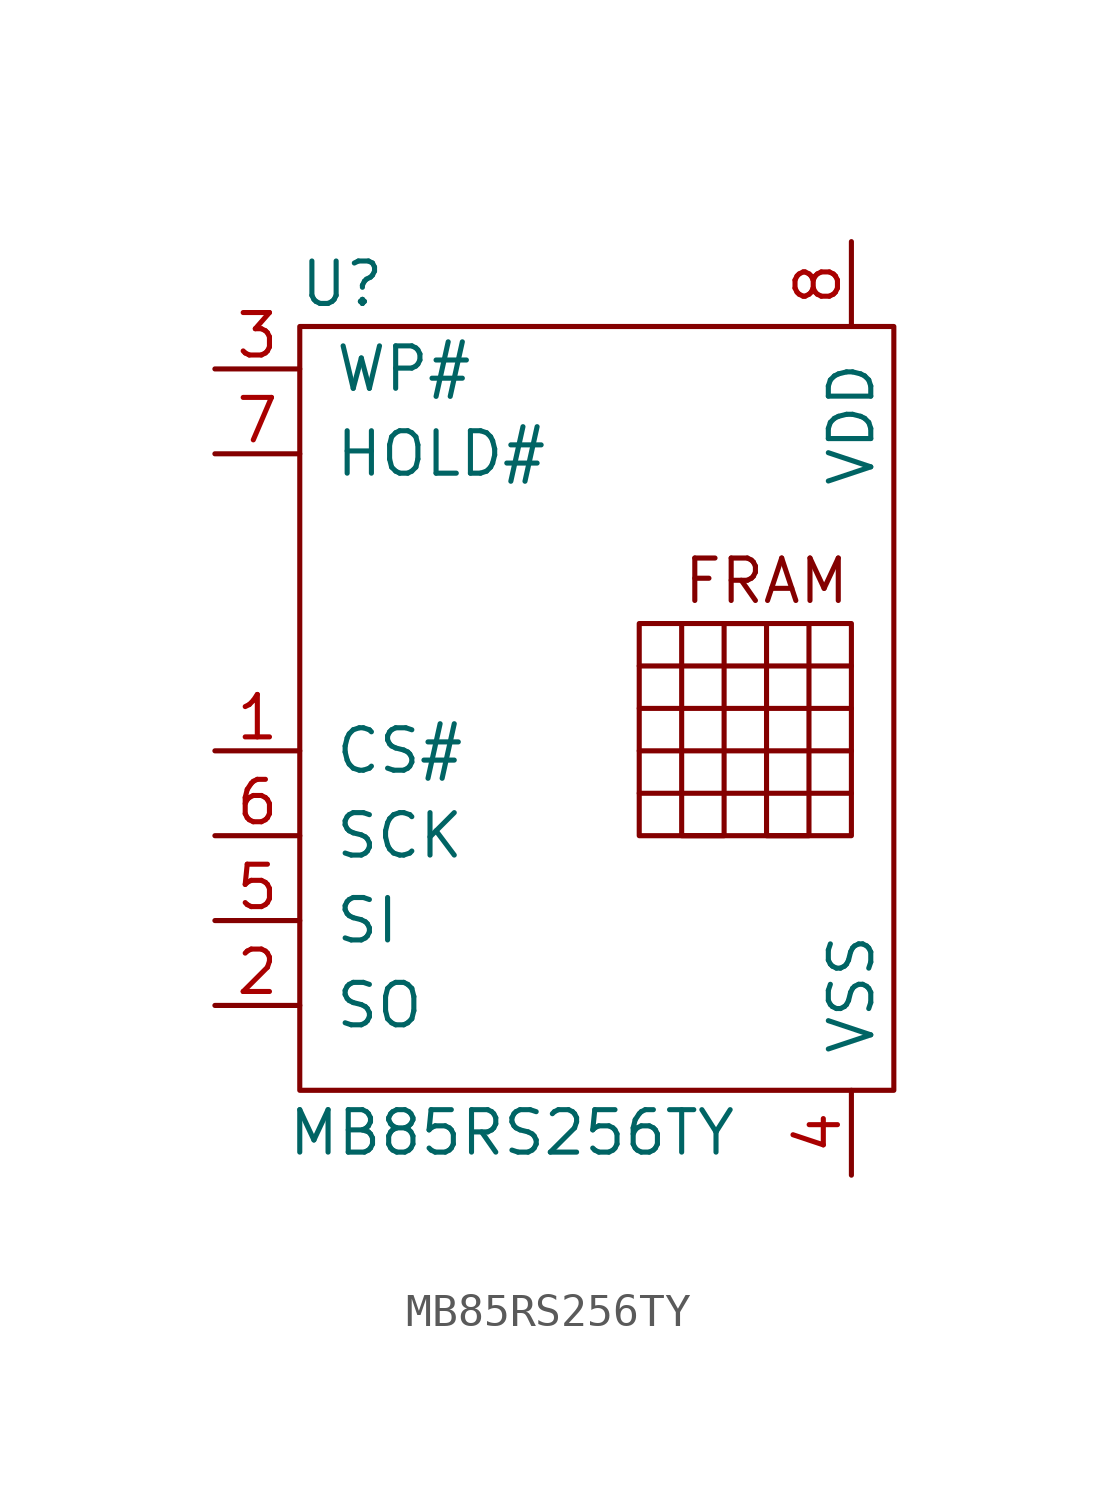
<source format=kicad_sym>
(kicad_symbol_lib
  (version 20220126)
  (generator kicad_symbol_editor)
  (symbol "MB85RS256TY"
    (pin_names
      (offset 1.016))
    (property "Reference" "U"
      (at 3.81 19.05 0)
      (effects (font (size 1.27 1.27))))
    (property "Value" "MB85RS256TY"
      (at 8.89 -6.35 0)
      (effects (font (size 1.27 1.27))))
    (symbol "MB85RS256TY_0_0"
      (text "FRAM" (at 16.51 10.16 0) (effects (font (size 1.27 1.27)))))
    (symbol "MB85RS256TY_0_1"
      (polyline (pts (xy 12.7 3.81) (xy 19.05 3.81)) (stroke (width 0) (type default)) (fill (type none)))
      (polyline (pts (xy 12.7 5.08) (xy 19.05 5.08)) (stroke (width 0) (type default)) (fill (type none)))
      (polyline (pts (xy 12.7 6.35) (xy 19.05 6.35)) (stroke (width 0) (type default)) (fill (type none)))
      (polyline (pts (xy 12.7 7.62) (xy 19.05 7.62)) (stroke (width 0) (type default)) (fill (type none)))
      (polyline (pts (xy 12.7 8.89) (xy 19.05 8.89) (xy 19.05 2.54) (xy 12.7 2.54) (xy 12.7 8.89)) (stroke (width 0) (type default)) (fill (type none)))
      (polyline (pts (xy 13.97 8.89) (xy 13.97 2.54) (xy 15.24 2.54) (xy 15.24 8.89) (xy 16.51 8.89) (xy 16.51 2.54) (xy 17.78 2.54) (xy 17.78 8.89)) (stroke (width 0) (type default)) (fill (type none)))
      (rectangle (start 2.54 17.78) (end 20.32 -5.08) (stroke (width 0) (type default)) (fill (type none))))
    (symbol "MB85RS256TY_1_1"
      (pin input line (at 0 5.08 0) (length 2.54) (name "CS#" (effects (font (size 1.27 1.27)))) (number "1" (effects (font (size 1.27 1.27)))))
      (pin input line (at 0 -2.54 0) (length 2.54) (name "SO" (effects (font (size 1.27 1.27)))) (number "2" (effects (font (size 1.27 1.27)))))
      (pin input line (at 0 16.51 0) (length 2.54) (name "WP#" (effects (font (size 1.27 1.27)))) (number "3" (effects (font (size 1.27 1.27)))))
      (pin power_in line (at 19.05 -7.62 90) (length 2.54) (name "VSS" (effects (font (size 1.27 1.27)))) (number "4" (effects (font (size 1.27 1.27)))))
      (pin input line (at 0 0 0) (length 2.54) (name "SI" (effects (font (size 1.27 1.27)))) (number "5" (effects (font (size 1.27 1.27)))))
      (pin input line (at 0 2.54 0) (length 2.54) (name "SCK" (effects (font (size 1.27 1.27)))) (number "6" (effects (font (size 1.27 1.27)))))
      (pin input line (at 0 13.97 0) (length 2.54) (name "HOLD#" (effects (font (size 1.27 1.27)))) (number "7" (effects (font (size 1.27 1.27)))))
      (pin power_in line (at 19.05 20.32 270) (length 2.54) (name "VDD" (effects (font (size 1.27 1.27)))) (number "8" (effects (font (size 1.27 1.27))))))))
</source>
